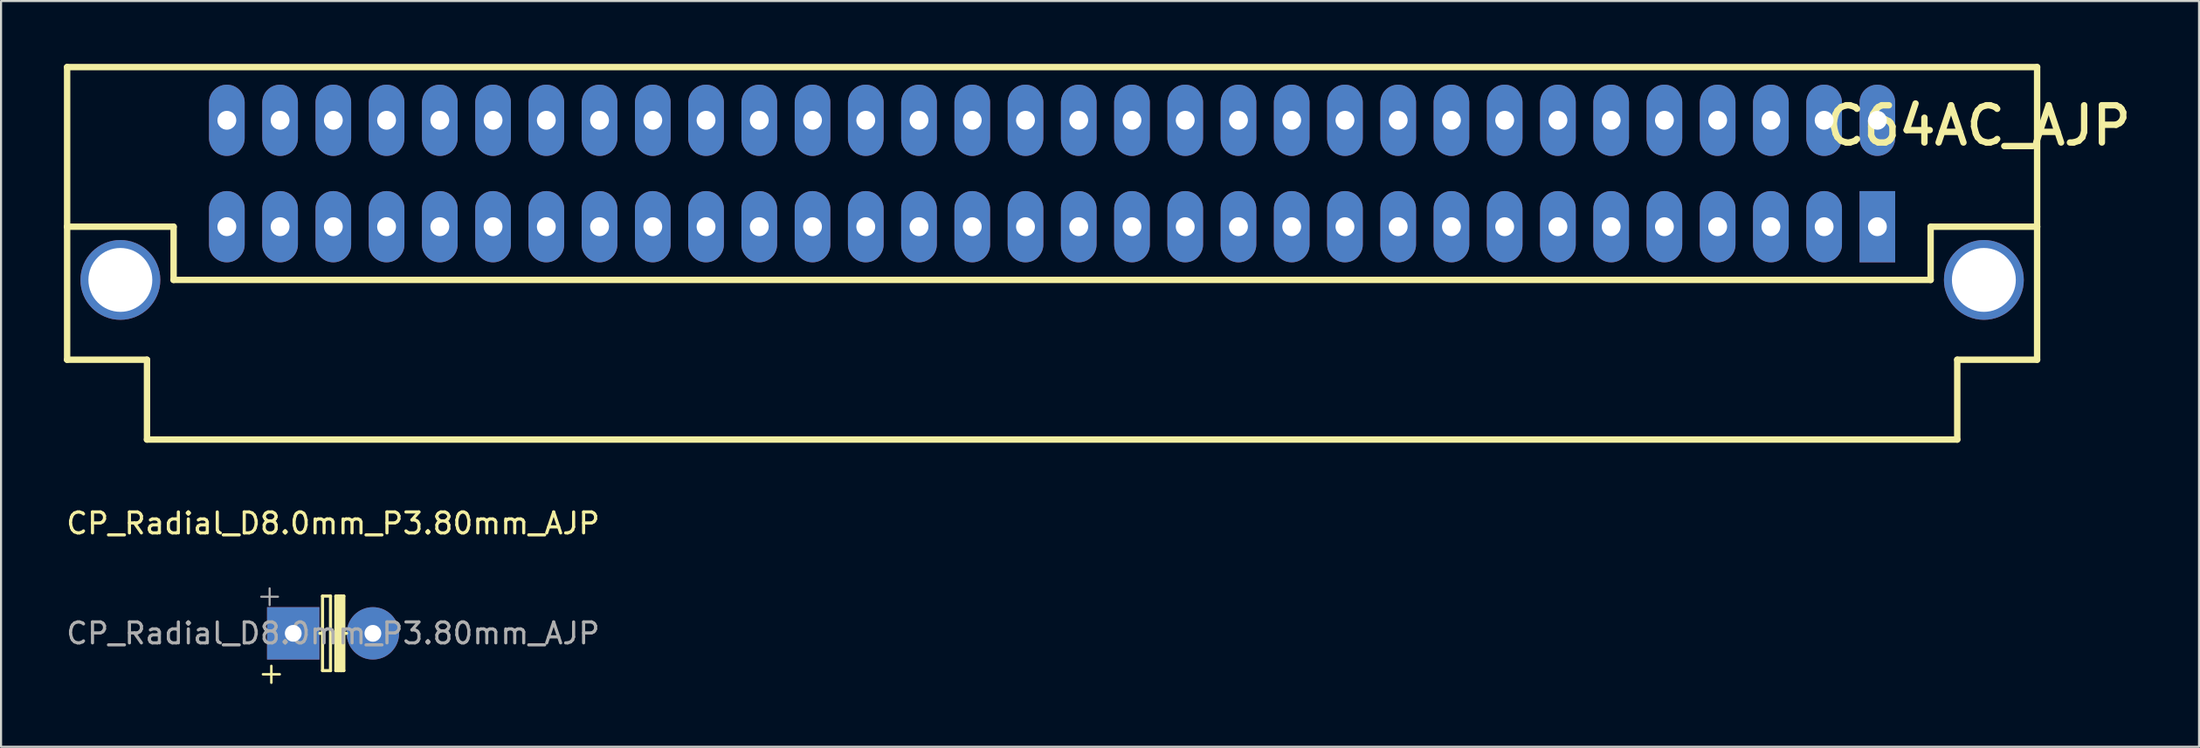
<source format=kicad_pcb>
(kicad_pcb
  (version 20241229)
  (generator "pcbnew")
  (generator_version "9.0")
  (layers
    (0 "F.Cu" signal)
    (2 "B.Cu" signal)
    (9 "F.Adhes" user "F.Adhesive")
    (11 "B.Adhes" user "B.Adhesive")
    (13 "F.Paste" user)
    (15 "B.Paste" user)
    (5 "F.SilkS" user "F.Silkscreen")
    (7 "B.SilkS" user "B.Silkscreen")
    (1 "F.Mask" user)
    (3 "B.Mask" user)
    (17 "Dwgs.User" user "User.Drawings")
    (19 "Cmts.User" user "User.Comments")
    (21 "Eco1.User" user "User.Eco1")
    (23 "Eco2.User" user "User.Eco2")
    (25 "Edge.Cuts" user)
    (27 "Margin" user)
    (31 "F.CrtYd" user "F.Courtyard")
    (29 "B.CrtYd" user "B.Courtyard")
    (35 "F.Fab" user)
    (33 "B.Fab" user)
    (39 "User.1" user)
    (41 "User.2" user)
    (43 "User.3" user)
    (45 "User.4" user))
  (footprint "CP_Radial_D8.0mm_P3.80mm_AJP"
    (layer "F.Cu")
    (at 10.939 27.183)
    (property "Reference" "CP_Radial_D8.0mm_P3.80mm_AJP" (at 1.9 -5.25 0) (layer "F.SilkS") (effects (font (size 1 1) (thickness 0.15))))
    (attr through_hole)
    (fp_line (start -1.444 1.955) (end -0.644 1.955) (stroke (width 0.12) (type solid)) (layer "F.SilkS"))
    (fp_line (start -1.044 1.555) (end -1.044 2.355) (stroke (width 0.12) (type solid)) (layer "F.SilkS"))
    (fp_line (start 1.397 -1.778) (end 1.778 -1.778) (stroke (width 0.15) (type solid)) (layer "F.SilkS"))
    (fp_line (start 1.397 0) (end 1.27 0) (stroke (width 0.15) (type solid)) (layer "F.SilkS"))
    (fp_line (start 1.397 0) (end 1.397 -1.778) (stroke (width 0.15) (type solid)) (layer "F.SilkS"))
    (fp_line (start 1.397 1.778) (end 1.397 0) (stroke (width 0.15) (type solid)) (layer "F.SilkS"))
    (fp_line (start 1.778 -1.778) (end 1.778 1.778) (stroke (width 0.15) (type solid)) (layer "F.SilkS"))
    (fp_line (start 1.778 1.778) (end 1.397 1.778) (stroke (width 0.15) (type solid)) (layer "F.SilkS"))
    (fp_line (start 2.032 -1.778) (end 2.413 -1.778) (stroke (width 0.15) (type solid)) (layer "F.SilkS"))
    (fp_line (start 2.032 0) (end 2.032 -1.778) (stroke (width 0.15) (type solid)) (layer "F.SilkS"))
    (fp_line (start 2.032 1.778) (end 2.032 0) (stroke (width 0.15) (type solid)) (layer "F.SilkS"))
    (fp_line (start 2.159 -1.778) (end 2.159 1.778) (stroke (width 0.15) (type solid)) (layer "F.SilkS"))
    (fp_line (start 2.159 0) (end 2.54 0) (stroke (width 0.15) (type solid)) (layer "F.SilkS"))
    (fp_line (start 2.286 -1.778) (end 2.286 1.778) (stroke (width 0.15) (type solid)) (layer "F.SilkS"))
    (fp_line (start 2.286 1.778) (end 2.032 1.778) (stroke (width 0.15) (type solid)) (layer "F.SilkS"))
    (fp_line (start 2.413 -1.778) (end 2.413 1.778) (stroke (width 0.15) (type solid)) (layer "F.SilkS"))
    (fp_line (start 2.413 1.778) (end 2.286 1.778) (stroke (width 0.15) (type solid)) (layer "F.SilkS"))
    (fp_line (start -1.527 -1.748) (end -0.727 -1.748) (stroke (width 0.1) (type solid)) (layer "F.Fab"))
    (fp_line (start -1.127 -2.147) (end -1.127 -1.347) (stroke (width 0.1) (type solid)) (layer "F.Fab"))
    (fp_text user "${REFERENCE}" (at 1.9 0 0) (layer "F.Fab") (effects (font (size 1 1) (thickness 0.15))))
    (pad "1" thru_hole rect (at 0 0) (size 2.5 2.5) (drill 0.8) (layers "*.Cu" "*.Mask"))
    (pad "2" thru_hole circle (at 3.8 0) (size 2.5 2.5) (drill 0.8) (layers "*.Cu" "*.Mask")))
  (footprint "C64AC_AJP"
    (layer "F.Cu")
    (at 47.142 5.232)
    (property "Reference" "C64AC_AJP" (at 44.196 -2.286 0) (layer "F.SilkS") (effects (font (size 1.778 1.778) (thickness 0.305))))
    (attr through_hole)
    (fp_line (start -46.99 -5.08) (end -46.99 2.54) (stroke (width 0.305) (type solid)) (layer "F.SilkS"))
    (fp_line (start -46.99 2.54) (end -46.99 8.89) (stroke (width 0.305) (type solid)) (layer "F.SilkS"))
    (fp_line (start -46.99 8.89) (end -43.18 8.89) (stroke (width 0.305) (type solid)) (layer "F.SilkS"))
    (fp_line (start -43.18 8.89) (end -43.18 12.7) (stroke (width 0.305) (type solid)) (layer "F.SilkS"))
    (fp_line (start -43.18 12.7) (end 43.18 12.7) (stroke (width 0.305) (type solid)) (layer "F.SilkS"))
    (fp_line (start -41.91 2.54) (end -46.99 2.54) (stroke (width 0.305) (type solid)) (layer "F.SilkS"))
    (fp_line (start -41.91 5.08) (end -41.91 2.54) (stroke (width 0.305) (type solid)) (layer "F.SilkS"))
    (fp_line (start 41.91 2.54) (end 41.91 5.08) (stroke (width 0.305) (type solid)) (layer "F.SilkS"))
    (fp_line (start 41.91 5.08) (end -41.91 5.08) (stroke (width 0.305) (type solid)) (layer "F.SilkS"))
    (fp_line (start 43.18 8.89) (end 46.99 8.89) (stroke (width 0.305) (type solid)) (layer "F.SilkS"))
    (fp_line (start 43.18 12.7) (end 43.18 8.89) (stroke (width 0.305) (type solid)) (layer "F.SilkS"))
    (fp_line (start 46.99 -5.08) (end -46.99 -5.08) (stroke (width 0.305) (type solid)) (layer "F.SilkS"))
    (fp_line (start 46.99 2.54) (end 41.91 2.54) (stroke (width 0.305) (type solid)) (layer "F.SilkS"))
    (fp_line (start 46.99 2.54) (end 46.99 -5.08) (stroke (width 0.305) (type solid)) (layer "F.SilkS"))
    (fp_line (start 46.99 8.89) (end 46.99 2.54) (stroke (width 0.305) (type solid)) (layer "F.SilkS"))
    (pad "A01" thru_hole rect (at 39.37 2.54) (size 1.7 3.4) (drill 0.9) (layers "*.Cu" "*.Mask"))
    (pad "A02" thru_hole oval (at 36.83 2.54) (size 1.7 3.4) (drill 0.9) (layers "*.Cu" "*.Mask"))
    (pad "A03" thru_hole oval (at 34.29 2.54) (size 1.7 3.4) (drill 0.9) (layers "*.Cu" "*.Mask"))
    (pad "A04" thru_hole oval (at 31.75 2.54) (size 1.7 3.4) (drill 0.9) (layers "*.Cu" "*.Mask"))
    (pad "A05" thru_hole oval (at 29.21 2.54) (size 1.7 3.4) (drill 0.9) (layers "*.Cu" "*.Mask"))
    (pad "A06" thru_hole oval (at 26.67 2.54) (size 1.7 3.4) (drill 0.9) (layers "*.Cu" "*.Mask"))
    (pad "A07" thru_hole oval (at 24.13 2.54) (size 1.7 3.4) (drill 0.9) (layers "*.Cu" "*.Mask"))
    (pad "A08" thru_hole oval (at 21.59 2.54) (size 1.7 3.4) (drill 0.9) (layers "*.Cu" "*.Mask"))
    (pad "A09" thru_hole oval (at 19.05 2.54) (size 1.7 3.4) (drill 0.9) (layers "*.Cu" "*.Mask"))
    (pad "A10" thru_hole oval (at 16.51 2.54) (size 1.7 3.4) (drill 0.9) (layers "*.Cu" "*.Mask"))
    (pad "A11" thru_hole oval (at 13.97 2.54) (size 1.7 3.4) (drill 0.9) (layers "*.Cu" "*.Mask"))
    (pad "A12" thru_hole oval (at 11.43 2.54) (size 1.7 3.4) (drill 0.9) (layers "*.Cu" "*.Mask"))
    (pad "A13" thru_hole oval (at 8.89 2.54) (size 1.7 3.4) (drill 0.9) (layers "*.Cu" "*.Mask"))
    (pad "A14" thru_hole oval (at 6.35 2.54) (size 1.7 3.4) (drill 0.9) (layers "*.Cu" "*.Mask"))
    (pad "A15" thru_hole oval (at 3.81 2.54) (size 1.7 3.4) (drill 0.9) (layers "*.Cu" "*.Mask"))
    (pad "A16" thru_hole oval (at 1.27 2.54) (size 1.7 3.4) (drill 0.9) (layers "*.Cu" "*.Mask"))
    (pad "A17" thru_hole oval (at -1.27 2.54) (size 1.7 3.4) (drill 0.9) (layers "*.Cu" "*.Mask"))
    (pad "A18" thru_hole oval (at -3.81 2.54) (size 1.7 3.4) (drill 0.9) (layers "*.Cu" "*.Mask"))
    (pad "A19" thru_hole oval (at -6.35 2.54) (size 1.7 3.4) (drill 0.9) (layers "*.Cu" "*.Mask"))
    (pad "A20" thru_hole oval (at -8.89 2.54) (size 1.7 3.4) (drill 0.9) (layers "*.Cu" "*.Mask"))
    (pad "A21" thru_hole oval (at -11.43 2.54) (size 1.7 3.4) (drill 0.9) (layers "*.Cu" "*.Mask"))
    (pad "A22" thru_hole oval (at -13.97 2.54) (size 1.7 3.4) (drill 0.9) (layers "*.Cu" "*.Mask"))
    (pad "A23" thru_hole oval (at -16.51 2.54) (size 1.7 3.4) (drill 0.9) (layers "*.Cu" "*.Mask"))
    (pad "A24" thru_hole oval (at -19.05 2.54) (size 1.7 3.4) (drill 0.9) (layers "*.Cu" "*.Mask"))
    (pad "A25" thru_hole oval (at -21.59 2.54) (size 1.7 3.4) (drill 0.9) (layers "*.Cu" "*.Mask"))
    (pad "A26" thru_hole oval (at -24.13 2.54) (size 1.7 3.4) (drill 0.9) (layers "*.Cu" "*.Mask"))
    (pad "A27" thru_hole oval (at -26.67 2.54) (size 1.7 3.4) (drill 0.9) (layers "*.Cu" "*.Mask"))
    (pad "A28" thru_hole oval (at -29.21 2.54) (size 1.7 3.4) (drill 0.9) (layers "*.Cu" "*.Mask"))
    (pad "A29" thru_hole oval (at -31.75 2.54) (size 1.7 3.4) (drill 0.9) (layers "*.Cu" "*.Mask"))
    (pad "A30" thru_hole oval (at -34.29 2.54) (size 1.7 3.4) (drill 0.9) (layers "*.Cu" "*.Mask"))
    (pad "A31" thru_hole oval (at -36.83 2.54) (size 1.7 3.4) (drill 0.9) (layers "*.Cu" "*.Mask"))
    (pad "A32" thru_hole oval (at -39.37 2.54) (size 1.7 3.4) (drill 0.9) (layers "*.Cu" "*.Mask"))
    (pad "C01" thru_hole oval (at 39.37 -2.54) (size 1.7 3.4) (drill 0.9) (layers "*.Cu" "*.Mask"))
    (pad "C02" thru_hole oval (at 36.83 -2.54) (size 1.7 3.4) (drill 0.9) (layers "*.Cu" "*.Mask"))
    (pad "C03" thru_hole oval (at 34.29 -2.54) (size 1.7 3.4) (drill 0.9) (layers "*.Cu" "*.Mask"))
    (pad "C04" thru_hole oval (at 31.75 -2.54) (size 1.7 3.4) (drill 0.9) (layers "*.Cu" "*.Mask"))
    (pad "C05" thru_hole oval (at 29.21 -2.54) (size 1.7 3.4) (drill 0.9) (layers "*.Cu" "*.Mask"))
    (pad "C06" thru_hole oval (at 26.67 -2.54) (size 1.7 3.4) (drill 0.9) (layers "*.Cu" "*.Mask"))
    (pad "C07" thru_hole oval (at 24.13 -2.54) (size 1.7 3.4) (drill 0.9) (layers "*.Cu" "*.Mask"))
    (pad "C08" thru_hole oval (at 21.59 -2.54) (size 1.7 3.4) (drill 0.9) (layers "*.Cu" "*.Mask"))
    (pad "C09" thru_hole oval (at 19.05 -2.54) (size 1.7 3.4) (drill 0.9) (layers "*.Cu" "*.Mask"))
    (pad "C10" thru_hole oval (at 16.51 -2.54) (size 1.7 3.4) (drill 0.9) (layers "*.Cu" "*.Mask"))
    (pad "C11" thru_hole oval (at 13.97 -2.54) (size 1.7 3.4) (drill 0.9) (layers "*.Cu" "*.Mask"))
    (pad "C12" thru_hole oval (at 11.43 -2.54) (size 1.7 3.4) (drill 0.9) (layers "*.Cu" "*.Mask"))
    (pad "C13" thru_hole oval (at 8.89 -2.54) (size 1.7 3.4) (drill 0.9) (layers "*.Cu" "*.Mask"))
    (pad "C14" thru_hole oval (at 6.35 -2.54) (size 1.7 3.4) (drill 0.9) (layers "*.Cu" "*.Mask"))
    (pad "C15" thru_hole oval (at 3.81 -2.54) (size 1.7 3.4) (drill 0.9) (layers "*.Cu" "*.Mask"))
    (pad "C16" thru_hole oval (at 1.27 -2.54) (size 1.7 3.4) (drill 0.9) (layers "*.Cu" "*.Mask"))
    (pad "C17" thru_hole oval (at -1.27 -2.54) (size 1.7 3.4) (drill 0.9) (layers "*.Cu" "*.Mask"))
    (pad "C18" thru_hole oval (at -3.81 -2.54) (size 1.7 3.4) (drill 0.9) (layers "*.Cu" "*.Mask"))
    (pad "C19" thru_hole oval (at -6.35 -2.54) (size 1.7 3.4) (drill 0.9) (layers "*.Cu" "*.Mask"))
    (pad "C20" thru_hole oval (at -8.89 -2.54) (size 1.7 3.4) (drill 0.9) (layers "*.Cu" "*.Mask"))
    (pad "C21" thru_hole oval (at -11.43 -2.54) (size 1.7 3.4) (drill 0.9) (layers "*.Cu" "*.Mask"))
    (pad "C22" thru_hole oval (at -13.97 -2.54) (size 1.7 3.4) (drill 0.9) (layers "*.Cu" "*.Mask"))
    (pad "C23" thru_hole oval (at -16.51 -2.54) (size 1.7 3.4) (drill 0.9) (layers "*.Cu" "*.Mask"))
    (pad "C24" thru_hole oval (at -19.05 -2.54) (size 1.7 3.4) (drill 0.9) (layers "*.Cu" "*.Mask"))
    (pad "C25" thru_hole oval (at -21.59 -2.54) (size 1.7 3.4) (drill 0.9) (layers "*.Cu" "*.Mask"))
    (pad "C26" thru_hole oval (at -24.13 -2.54) (size 1.7 3.4) (drill 0.9) (layers "*.Cu" "*.Mask"))
    (pad "C27" thru_hole oval (at -26.67 -2.54) (size 1.7 3.4) (drill 0.9) (layers "*.Cu" "*.Mask"))
    (pad "C28" thru_hole oval (at -29.21 -2.54) (size 1.7 3.4) (drill 0.9) (layers "*.Cu" "*.Mask"))
    (pad "C29" thru_hole oval (at -31.75 -2.54) (size 1.7 3.4) (drill 0.9) (layers "*.Cu" "*.Mask"))
    (pad "C30" thru_hole oval (at -34.29 -2.54) (size 1.7 3.4) (drill 0.9) (layers "*.Cu" "*.Mask"))
    (pad "C31" thru_hole oval (at -36.83 -2.54) (size 1.7 3.4) (drill 0.9) (layers "*.Cu" "*.Mask"))
    (pad "C32" thru_hole oval (at -39.37 -2.54) (size 1.7 3.4) (drill 0.9) (layers "*.Cu" "*.Mask"))
    (pad "HOLE" thru_hole circle (at -44.45 5.08) (size 3.81 3.81) (drill 3.048) (layers "*.Cu" "*.Mask"))
    (pad "HOLE" thru_hole circle (at 44.45 5.08) (size 3.81 3.81) (drill 3.048) (layers "*.Cu" "*.Mask")))
  (gr_rect
    (start -3 -3)
    (end 101.857 32.598)
    (stroke (width 0.1) (type default))
    (fill no)
    (layer "Edge.Cuts")))
</source>
